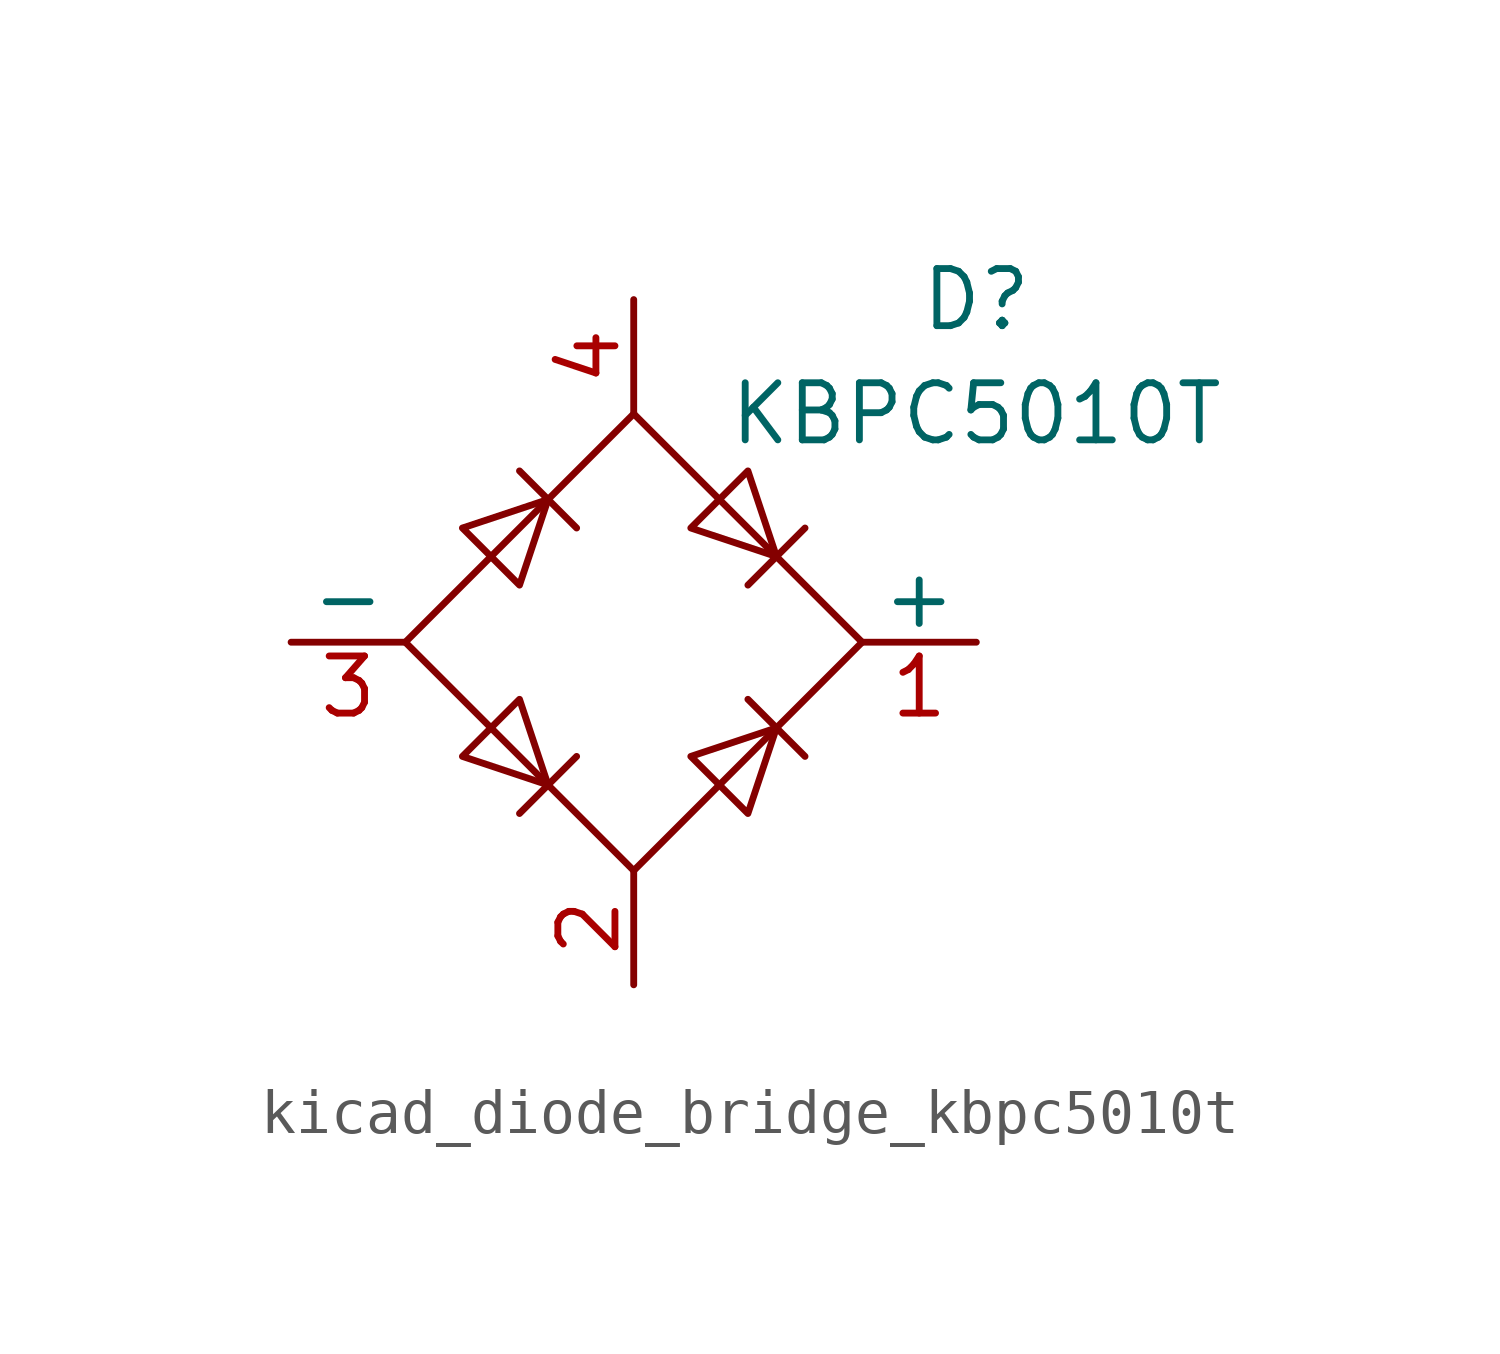
<source format=kicad_sym>
(kicad_symbol_lib
  (version 20220914)
  (generator kicad_symbol_editor)
  (symbol "kicad_diode_bridge_kbpc5010t"
    (pin_names
      (offset 0))
    (property "Reference" "D"
      (at 7.62 7.62 0)
      (effects (font (size 1.27 1.27))))
    (property "Value" "KBPC5010T"
      (at 7.62 5.08 0)
      (effects (font (size 1.27 1.27))))
    (symbol "kicad_diode_bridge_kbpc5010t_0_1"
      (polyline (pts (xy -2.54 3.81) (xy -1.27 2.54)) (stroke (width 0) (type default)) (fill (type none)))
      (polyline (pts (xy -1.27 -2.54) (xy -2.54 -3.81)) (stroke (width 0) (type default)) (fill (type none)))
      (polyline (pts (xy 2.54 -1.27) (xy 3.81 -2.54)) (stroke (width 0) (type default)) (fill (type none)))
      (polyline (pts (xy 2.54 1.27) (xy 3.81 2.54)) (stroke (width 0) (type default)) (fill (type none)))
      (polyline (pts (xy -3.81 2.54) (xy -2.54 1.27) (xy -1.905 3.175) (xy -3.81 2.54)) (stroke (width 0) (type default)) (fill (type none)))
      (polyline (pts (xy -2.54 -1.27) (xy -3.81 -2.54) (xy -1.905 -3.175) (xy -2.54 -1.27)) (stroke (width 0) (type default)) (fill (type none)))
      (polyline (pts (xy 1.27 2.54) (xy 2.54 3.81) (xy 3.175 1.905) (xy 1.27 2.54)) (stroke (width 0) (type default)) (fill (type none)))
      (polyline (pts (xy 3.175 -1.905) (xy 1.27 -2.54) (xy 2.54 -3.81) (xy 3.175 -1.905)) (stroke (width 0) (type default)) (fill (type none)))
      (polyline (pts (xy -5.08 0) (xy 0 -5.08) (xy 5.08 0) (xy 0 5.08) (xy -5.08 0)) (stroke (width 0) (type default)) (fill (type none))))
    (symbol "kicad_diode_bridge_kbpc5010t_1_1"
      (pin passive line (at 7.62 0 180) (length 2.54) (name "+" (effects (font (size 1.27 1.27)))) (number "1" (effects (font (size 1.27 1.27)))))
      (pin passive line (at 0 -7.62 90) (length 2.54) (name "~" (effects (font (size 1.27 1.27)))) (number "2" (effects (font (size 1.27 1.27)))))
      (pin passive line (at -7.62 0 0) (length 2.54) (name "-" (effects (font (size 1.27 1.27)))) (number "3" (effects (font (size 1.27 1.27)))))
      (pin passive line (at 0 7.62 270) (length 2.54) (name "~" (effects (font (size 1.27 1.27)))) (number "4" (effects (font (size 1.27 1.27))))))))
</source>
